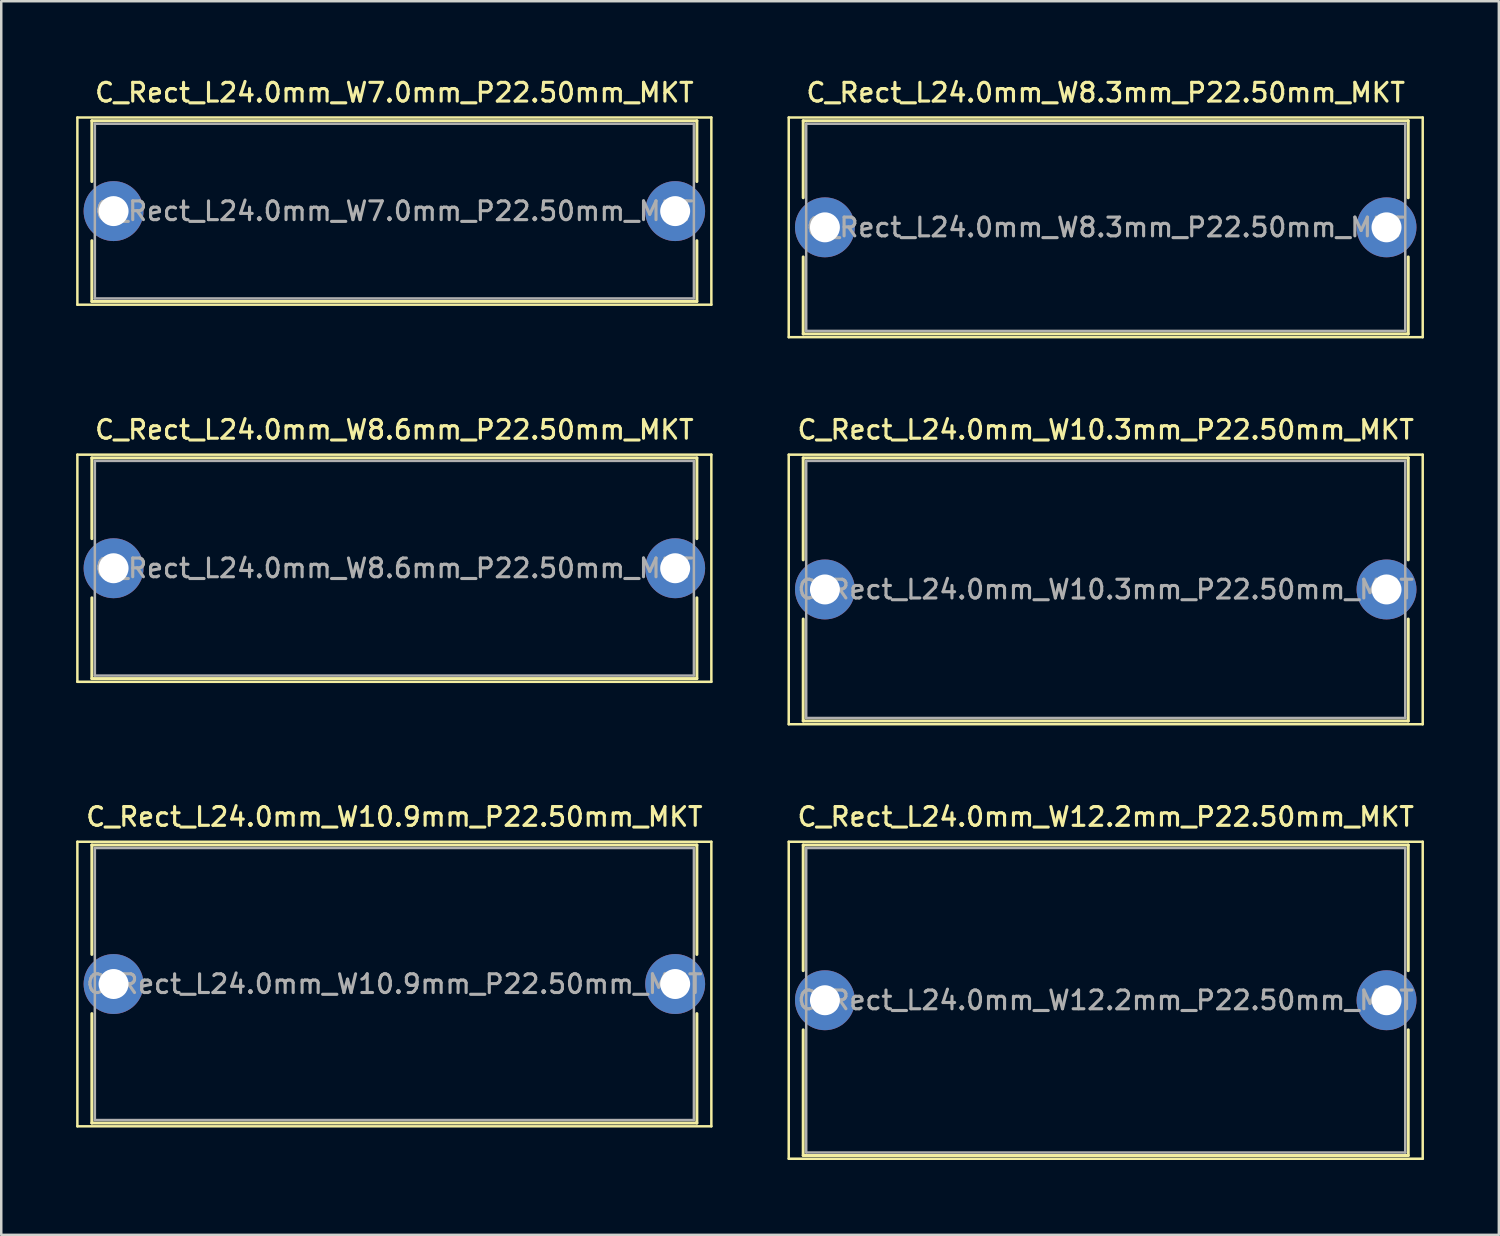
<source format=kicad_pcb>
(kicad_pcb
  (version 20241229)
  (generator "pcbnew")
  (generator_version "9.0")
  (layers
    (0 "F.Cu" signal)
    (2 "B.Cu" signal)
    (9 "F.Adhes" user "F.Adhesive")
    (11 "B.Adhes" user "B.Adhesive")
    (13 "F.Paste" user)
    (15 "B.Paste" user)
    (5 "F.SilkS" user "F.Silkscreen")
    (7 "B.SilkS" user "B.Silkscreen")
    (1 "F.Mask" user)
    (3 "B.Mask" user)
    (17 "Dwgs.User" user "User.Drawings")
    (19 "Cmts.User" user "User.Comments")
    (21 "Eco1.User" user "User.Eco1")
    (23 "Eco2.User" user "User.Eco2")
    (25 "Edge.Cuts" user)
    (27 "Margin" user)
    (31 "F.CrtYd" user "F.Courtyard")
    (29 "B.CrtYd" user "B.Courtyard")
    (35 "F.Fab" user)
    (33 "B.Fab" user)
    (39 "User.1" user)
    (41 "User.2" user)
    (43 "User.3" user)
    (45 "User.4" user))
  (footprint "C_Rect_L24.0mm_W8.3mm_P22.50mm_MKT"
    (layer "F.Cu")
    (at 30 6.058)
    (property "Reference" "C_Rect_L24.0mm_W8.3mm_P22.50mm_MKT" (at 11.25 -5.4 0) (layer "F.SilkS") (effects (font (size 0.75 0.75) (thickness 0.125))))
    (attr through_hole)
    (fp_line (start -1.45 -4.4) (end -1.45 4.4) (stroke (width 0.1) (type solid)) (layer "F.SilkS"))
    (fp_line (start -1.45 4.4) (end 23.95 4.4) (stroke (width 0.1) (type solid)) (layer "F.SilkS"))
    (fp_line (start -0.87 -4.27) (end -0.87 -1.185) (stroke (width 0.12) (type solid)) (layer "F.SilkS"))
    (fp_line (start -0.87 -4.27) (end 23.37 -4.27) (stroke (width 0.12) (type solid)) (layer "F.SilkS"))
    (fp_line (start -0.87 1.185) (end -0.87 4.27) (stroke (width 0.12) (type solid)) (layer "F.SilkS"))
    (fp_line (start -0.87 4.27) (end 23.37 4.27) (stroke (width 0.12) (type solid)) (layer "F.SilkS"))
    (fp_line (start 23.37 -4.27) (end 23.37 -1.185) (stroke (width 0.12) (type solid)) (layer "F.SilkS"))
    (fp_line (start 23.37 1.185) (end 23.37 4.27) (stroke (width 0.12) (type solid)) (layer "F.SilkS"))
    (fp_line (start 23.95 -4.4) (end -1.45 -4.4) (stroke (width 0.1) (type solid)) (layer "F.SilkS"))
    (fp_line (start 23.95 4.4) (end 23.95 -4.4) (stroke (width 0.1) (type solid)) (layer "F.SilkS"))
    (fp_line (start -0.75 -4.15) (end -0.75 4.15) (stroke (width 0.1) (type solid)) (layer "F.Fab"))
    (fp_line (start -0.75 4.15) (end 23.25 4.15) (stroke (width 0.1) (type solid)) (layer "F.Fab"))
    (fp_line (start 23.25 -4.15) (end -0.75 -4.15) (stroke (width 0.1) (type solid)) (layer "F.Fab"))
    (fp_line (start 23.25 4.15) (end 23.25 -4.15) (stroke (width 0.1) (type solid)) (layer "F.Fab"))
    (fp_text user "${REFERENCE}" (at 11.25 0 0) (layer "F.Fab") (effects (font (size 0.75 0.75) (thickness 0.125))))
    (pad "1" thru_hole circle (at 0 0) (size 2.4 2.4) (drill 1.2) (layers "*.Cu" "*.Mask"))
    (pad "2" thru_hole circle (at 22.5 0) (size 2.4 2.4) (drill 1.2) (layers "*.Cu" "*.Mask")))
  (footprint "C_Rect_L24.0mm_W7.0mm_P22.50mm_MKT"
    (layer "F.Cu")
    (at 1.5 5.408)
    (property "Reference" "C_Rect_L24.0mm_W7.0mm_P22.50mm_MKT" (at 11.25 -4.75 0) (layer "F.SilkS") (effects (font (size 0.75 0.75) (thickness 0.125))))
    (attr through_hole)
    (fp_line (start -1.45 -3.75) (end -1.45 3.75) (stroke (width 0.1) (type solid)) (layer "F.SilkS"))
    (fp_line (start -1.45 3.75) (end 23.95 3.75) (stroke (width 0.1) (type solid)) (layer "F.SilkS"))
    (fp_line (start -0.87 -3.62) (end -0.87 -1.185) (stroke (width 0.12) (type solid)) (layer "F.SilkS"))
    (fp_line (start -0.87 -3.62) (end 23.37 -3.62) (stroke (width 0.12) (type solid)) (layer "F.SilkS"))
    (fp_line (start -0.87 1.185) (end -0.87 3.62) (stroke (width 0.12) (type solid)) (layer "F.SilkS"))
    (fp_line (start -0.87 3.62) (end 23.37 3.62) (stroke (width 0.12) (type solid)) (layer "F.SilkS"))
    (fp_line (start 23.37 -3.62) (end 23.37 -1.185) (stroke (width 0.12) (type solid)) (layer "F.SilkS"))
    (fp_line (start 23.37 1.185) (end 23.37 3.62) (stroke (width 0.12) (type solid)) (layer "F.SilkS"))
    (fp_line (start 23.95 -3.75) (end -1.45 -3.75) (stroke (width 0.1) (type solid)) (layer "F.SilkS"))
    (fp_line (start 23.95 3.75) (end 23.95 -3.75) (stroke (width 0.1) (type solid)) (layer "F.SilkS"))
    (fp_line (start -0.75 -3.5) (end -0.75 3.5) (stroke (width 0.1) (type solid)) (layer "F.Fab"))
    (fp_line (start -0.75 3.5) (end 23.25 3.5) (stroke (width 0.1) (type solid)) (layer "F.Fab"))
    (fp_line (start 23.25 -3.5) (end -0.75 -3.5) (stroke (width 0.1) (type solid)) (layer "F.Fab"))
    (fp_line (start 23.25 3.5) (end 23.25 -3.5) (stroke (width 0.1) (type solid)) (layer "F.Fab"))
    (fp_text user "${REFERENCE}" (at 11.25 0 0) (layer "F.Fab") (effects (font (size 0.75 0.75) (thickness 0.125))))
    (pad "1" thru_hole circle (at 0 0) (size 2.4 2.4) (drill 1.2) (layers "*.Cu" "*.Mask"))
    (pad "2" thru_hole circle (at 22.5 0) (size 2.4 2.4) (drill 1.2) (layers "*.Cu" "*.Mask")))
  (footprint "C_Rect_L24.0mm_W10.3mm_P22.50mm_MKT"
    (layer "F.Cu")
    (at 30 20.566)
    (property "Reference" "C_Rect_L24.0mm_W10.3mm_P22.50mm_MKT" (at 11.25 -6.4 0) (layer "F.SilkS") (effects (font (size 0.75 0.75) (thickness 0.125))))
    (attr through_hole)
    (fp_line (start -1.45 -5.4) (end -1.45 5.4) (stroke (width 0.1) (type solid)) (layer "F.SilkS"))
    (fp_line (start -1.45 5.4) (end 23.95 5.4) (stroke (width 0.1) (type solid)) (layer "F.SilkS"))
    (fp_line (start -0.87 -5.27) (end -0.87 -1.185) (stroke (width 0.12) (type solid)) (layer "F.SilkS"))
    (fp_line (start -0.87 -5.27) (end 23.37 -5.27) (stroke (width 0.12) (type solid)) (layer "F.SilkS"))
    (fp_line (start -0.87 1.185) (end -0.87 5.27) (stroke (width 0.12) (type solid)) (layer "F.SilkS"))
    (fp_line (start -0.87 5.27) (end 23.37 5.27) (stroke (width 0.12) (type solid)) (layer "F.SilkS"))
    (fp_line (start 23.37 -5.27) (end 23.37 -1.185) (stroke (width 0.12) (type solid)) (layer "F.SilkS"))
    (fp_line (start 23.37 1.185) (end 23.37 5.27) (stroke (width 0.12) (type solid)) (layer "F.SilkS"))
    (fp_line (start 23.95 -5.4) (end -1.45 -5.4) (stroke (width 0.1) (type solid)) (layer "F.SilkS"))
    (fp_line (start 23.95 5.4) (end 23.95 -5.4) (stroke (width 0.1) (type solid)) (layer "F.SilkS"))
    (fp_line (start -0.75 -5.15) (end -0.75 5.15) (stroke (width 0.1) (type solid)) (layer "F.Fab"))
    (fp_line (start -0.75 5.15) (end 23.25 5.15) (stroke (width 0.1) (type solid)) (layer "F.Fab"))
    (fp_line (start 23.25 -5.15) (end -0.75 -5.15) (stroke (width 0.1) (type solid)) (layer "F.Fab"))
    (fp_line (start 23.25 5.15) (end 23.25 -5.15) (stroke (width 0.1) (type solid)) (layer "F.Fab"))
    (fp_text user "${REFERENCE}" (at 11.25 0 0) (layer "F.Fab") (effects (font (size 0.75 0.75) (thickness 0.125))))
    (pad "1" thru_hole circle (at 0 0) (size 2.4 2.4) (drill 1.2) (layers "*.Cu" "*.Mask"))
    (pad "2" thru_hole circle (at 22.5 0) (size 2.4 2.4) (drill 1.2) (layers "*.Cu" "*.Mask")))
  (footprint "C_Rect_L24.0mm_W10.9mm_P22.50mm_MKT"
    (layer "F.Cu")
    (at 1.5 36.374)
    (property "Reference" "C_Rect_L24.0mm_W10.9mm_P22.50mm_MKT" (at 11.25 -6.7 0) (layer "F.SilkS") (effects (font (size 0.75 0.75) (thickness 0.125))))
    (attr through_hole)
    (fp_line (start -1.45 -5.7) (end -1.45 5.7) (stroke (width 0.1) (type solid)) (layer "F.SilkS"))
    (fp_line (start -1.45 5.7) (end 23.95 5.7) (stroke (width 0.1) (type solid)) (layer "F.SilkS"))
    (fp_line (start -0.87 -5.57) (end -0.87 -1.185) (stroke (width 0.12) (type solid)) (layer "F.SilkS"))
    (fp_line (start -0.87 -5.57) (end 23.37 -5.57) (stroke (width 0.12) (type solid)) (layer "F.SilkS"))
    (fp_line (start -0.87 1.185) (end -0.87 5.57) (stroke (width 0.12) (type solid)) (layer "F.SilkS"))
    (fp_line (start -0.87 5.57) (end 23.37 5.57) (stroke (width 0.12) (type solid)) (layer "F.SilkS"))
    (fp_line (start 23.37 -5.57) (end 23.37 -1.185) (stroke (width 0.12) (type solid)) (layer "F.SilkS"))
    (fp_line (start 23.37 1.185) (end 23.37 5.57) (stroke (width 0.12) (type solid)) (layer "F.SilkS"))
    (fp_line (start 23.95 -5.7) (end -1.45 -5.7) (stroke (width 0.1) (type solid)) (layer "F.SilkS"))
    (fp_line (start 23.95 5.7) (end 23.95 -5.7) (stroke (width 0.1) (type solid)) (layer "F.SilkS"))
    (fp_line (start -0.75 -5.45) (end -0.75 5.45) (stroke (width 0.1) (type solid)) (layer "F.Fab"))
    (fp_line (start -0.75 5.45) (end 23.25 5.45) (stroke (width 0.1) (type solid)) (layer "F.Fab"))
    (fp_line (start 23.25 -5.45) (end -0.75 -5.45) (stroke (width 0.1) (type solid)) (layer "F.Fab"))
    (fp_line (start 23.25 5.45) (end 23.25 -5.45) (stroke (width 0.1) (type solid)) (layer "F.Fab"))
    (fp_text user "${REFERENCE}" (at 11.25 0 0) (layer "F.Fab") (effects (font (size 0.75 0.75) (thickness 0.125))))
    (pad "1" thru_hole circle (at 0 0) (size 2.4 2.4) (drill 1.2) (layers "*.Cu" "*.Mask"))
    (pad "2" thru_hole circle (at 22.5 0) (size 2.4 2.4) (drill 1.2) (layers "*.Cu" "*.Mask")))
  (footprint "C_Rect_L24.0mm_W8.6mm_P22.50mm_MKT"
    (layer "F.Cu")
    (at 1.5 19.716)
    (property "Reference" "C_Rect_L24.0mm_W8.6mm_P22.50mm_MKT" (at 11.25 -5.55 0) (layer "F.SilkS") (effects (font (size 0.75 0.75) (thickness 0.125))))
    (attr through_hole)
    (fp_line (start -1.45 -4.55) (end -1.45 4.55) (stroke (width 0.1) (type solid)) (layer "F.SilkS"))
    (fp_line (start -1.45 4.55) (end 23.95 4.55) (stroke (width 0.1) (type solid)) (layer "F.SilkS"))
    (fp_line (start -0.87 -4.42) (end -0.87 -1.185) (stroke (width 0.12) (type solid)) (layer "F.SilkS"))
    (fp_line (start -0.87 -4.42) (end 23.37 -4.42) (stroke (width 0.12) (type solid)) (layer "F.SilkS"))
    (fp_line (start -0.87 1.185) (end -0.87 4.42) (stroke (width 0.12) (type solid)) (layer "F.SilkS"))
    (fp_line (start -0.87 4.42) (end 23.37 4.42) (stroke (width 0.12) (type solid)) (layer "F.SilkS"))
    (fp_line (start 23.37 -4.42) (end 23.37 -1.185) (stroke (width 0.12) (type solid)) (layer "F.SilkS"))
    (fp_line (start 23.37 1.185) (end 23.37 4.42) (stroke (width 0.12) (type solid)) (layer "F.SilkS"))
    (fp_line (start 23.95 -4.55) (end -1.45 -4.55) (stroke (width 0.1) (type solid)) (layer "F.SilkS"))
    (fp_line (start 23.95 4.55) (end 23.95 -4.55) (stroke (width 0.1) (type solid)) (layer "F.SilkS"))
    (fp_line (start -0.75 -4.3) (end -0.75 4.3) (stroke (width 0.1) (type solid)) (layer "F.Fab"))
    (fp_line (start -0.75 4.3) (end 23.25 4.3) (stroke (width 0.1) (type solid)) (layer "F.Fab"))
    (fp_line (start 23.25 -4.3) (end -0.75 -4.3) (stroke (width 0.1) (type solid)) (layer "F.Fab"))
    (fp_line (start 23.25 4.3) (end 23.25 -4.3) (stroke (width 0.1) (type solid)) (layer "F.Fab"))
    (fp_text user "${REFERENCE}" (at 11.25 0 0) (layer "F.Fab") (effects (font (size 0.75 0.75) (thickness 0.125))))
    (pad "1" thru_hole circle (at 0 0) (size 2.4 2.4) (drill 1.2) (layers "*.Cu" "*.Mask"))
    (pad "2" thru_hole circle (at 22.5 0) (size 2.4 2.4) (drill 1.2) (layers "*.Cu" "*.Mask")))
  (footprint "C_Rect_L24.0mm_W12.2mm_P22.50mm_MKT"
    (layer "F.Cu")
    (at 30 37.024)
    (property "Reference" "C_Rect_L24.0mm_W12.2mm_P22.50mm_MKT" (at 11.25 -7.35 0) (layer "F.SilkS") (effects (font (size 0.75 0.75) (thickness 0.125))))
    (attr through_hole)
    (fp_line (start -1.45 -6.35) (end -1.45 6.35) (stroke (width 0.1) (type solid)) (layer "F.SilkS"))
    (fp_line (start -1.45 6.35) (end 23.95 6.35) (stroke (width 0.1) (type solid)) (layer "F.SilkS"))
    (fp_line (start -0.87 -6.22) (end -0.87 -1.185) (stroke (width 0.12) (type solid)) (layer "F.SilkS"))
    (fp_line (start -0.87 -6.22) (end 23.37 -6.22) (stroke (width 0.12) (type solid)) (layer "F.SilkS"))
    (fp_line (start -0.87 1.185) (end -0.87 6.22) (stroke (width 0.12) (type solid)) (layer "F.SilkS"))
    (fp_line (start -0.87 6.22) (end 23.37 6.22) (stroke (width 0.12) (type solid)) (layer "F.SilkS"))
    (fp_line (start 23.37 -6.22) (end 23.37 -1.185) (stroke (width 0.12) (type solid)) (layer "F.SilkS"))
    (fp_line (start 23.37 1.185) (end 23.37 6.22) (stroke (width 0.12) (type solid)) (layer "F.SilkS"))
    (fp_line (start 23.95 -6.35) (end -1.45 -6.35) (stroke (width 0.1) (type solid)) (layer "F.SilkS"))
    (fp_line (start 23.95 6.35) (end 23.95 -6.35) (stroke (width 0.1) (type solid)) (layer "F.SilkS"))
    (fp_line (start -0.75 -6.1) (end -0.75 6.1) (stroke (width 0.1) (type solid)) (layer "F.Fab"))
    (fp_line (start -0.75 6.1) (end 23.25 6.1) (stroke (width 0.1) (type solid)) (layer "F.Fab"))
    (fp_line (start 23.25 -6.1) (end -0.75 -6.1) (stroke (width 0.1) (type solid)) (layer "F.Fab"))
    (fp_line (start 23.25 6.1) (end 23.25 -6.1) (stroke (width 0.1) (type solid)) (layer "F.Fab"))
    (fp_text user "${REFERENCE}" (at 11.25 0 0) (layer "F.Fab") (effects (font (size 0.75 0.75) (thickness 0.125))))
    (pad "1" thru_hole circle (at 0 0) (size 2.4 2.4) (drill 1.2) (layers "*.Cu" "*.Mask"))
    (pad "2" thru_hole circle (at 22.5 0) (size 2.4 2.4) (drill 1.2) (layers "*.Cu" "*.Mask")))
  (gr_rect
    (start -3 -3)
    (end 57 46.424)
    (stroke (width 0.1) (type default))
    (fill no)
    (layer "Edge.Cuts")))
</source>
